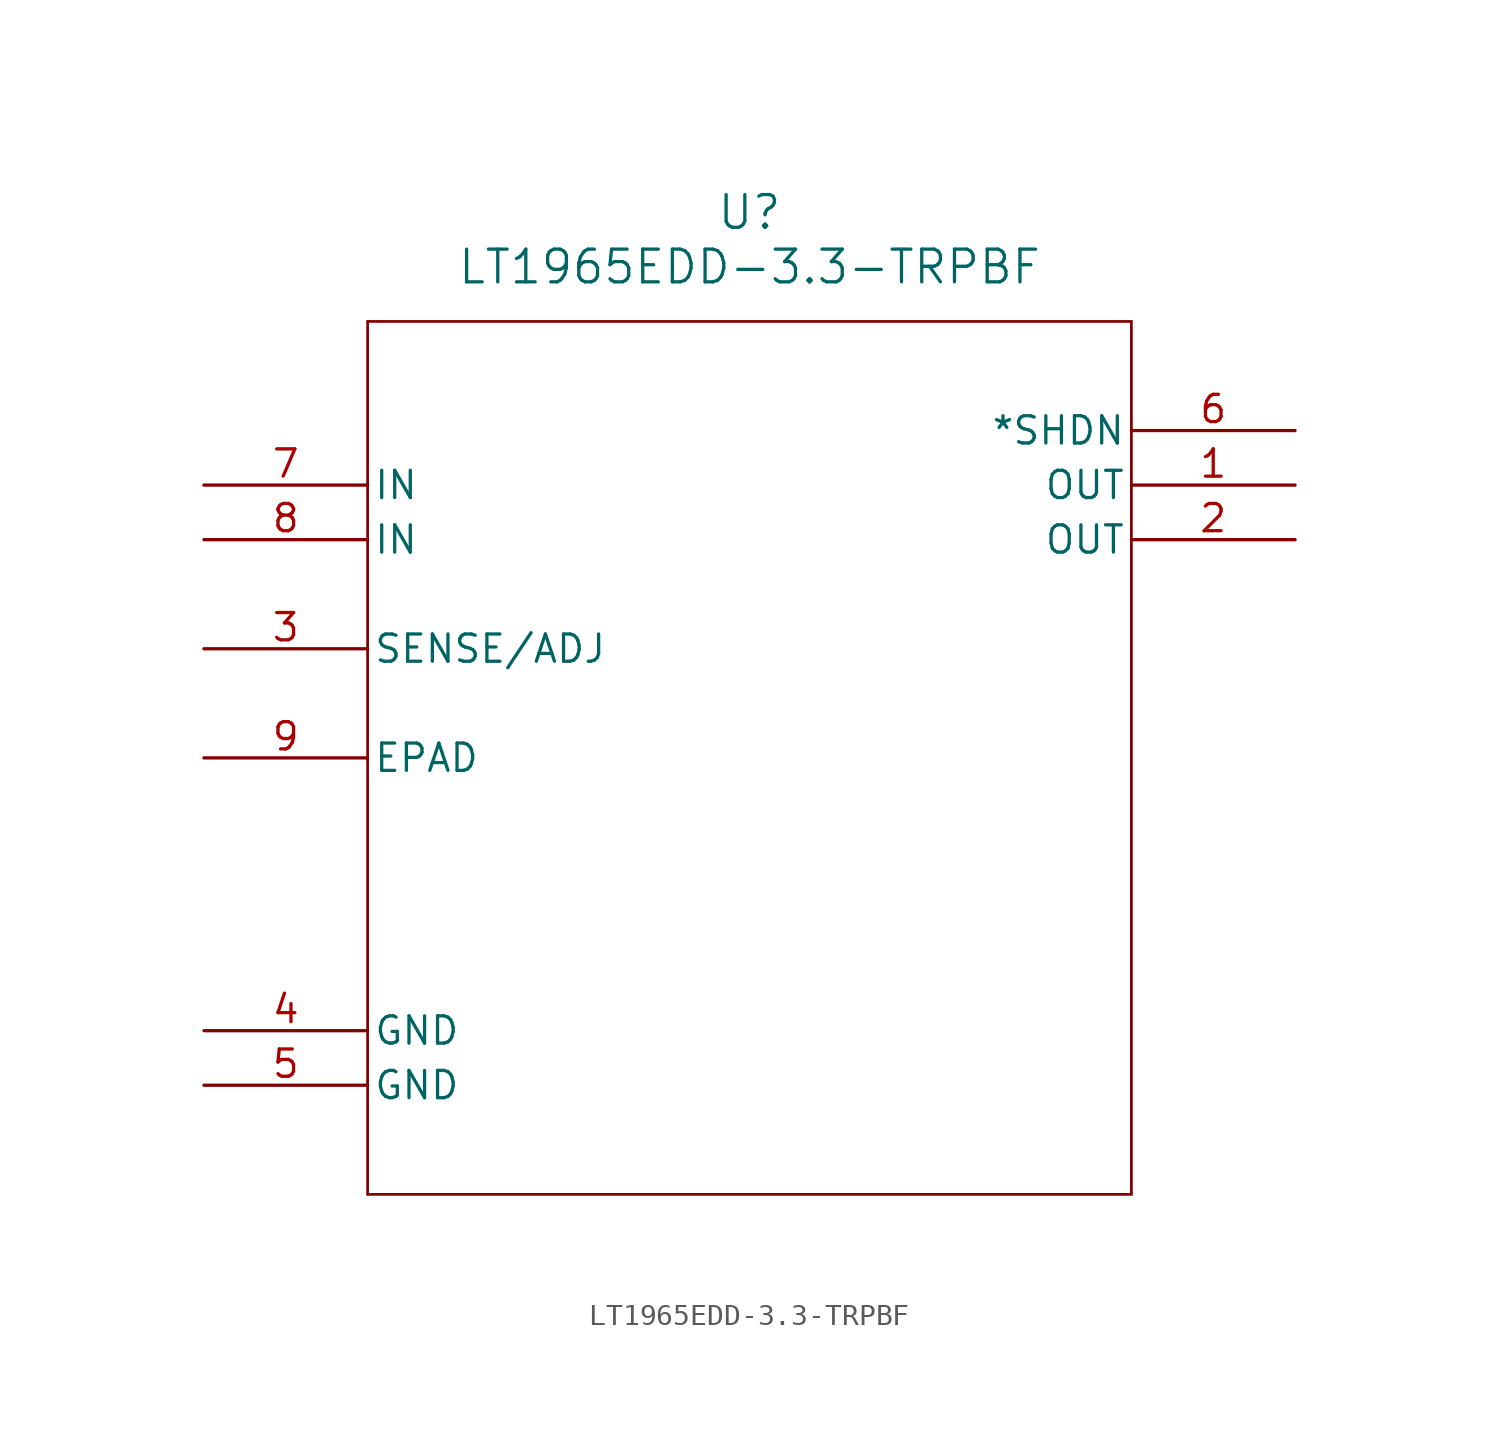
<source format=kicad_sym>
(kicad_symbol_lib
  (version 20211014)
  (generator kicad_symbol_editor)
  (symbol "LT1965EDD-3.3-TRPBF"
    (pin_names
      (offset 0.254))
    (property "Reference" "U"
      (at 25.4 12.7 0)
      (effects (font (size 1.524 1.524))))
    (property "Value" "LT1965EDD-3.3-TRPBF"
      (at 25.4 10.16 0)
      (effects (font (size 1.524 1.524))))
    (symbol "LT1965EDD-3.3-TRPBF_0_1"
      (polyline (pts (xy 7.62 7.62) (xy 7.62 -33.02)) (stroke (width 0.127) (type default) (color 0 0 0 0)) (fill (type none)))
      (polyline (pts (xy 7.62 -33.02) (xy 43.18 -33.02)) (stroke (width 0.127) (type default) (color 0 0 0 0)) (fill (type none)))
      (polyline (pts (xy 43.18 -33.02) (xy 43.18 7.62)) (stroke (width 0.127) (type default) (color 0 0 0 0)) (fill (type none)))
      (polyline (pts (xy 43.18 7.62) (xy 7.62 7.62)) (stroke (width 0.127) (type default) (color 0 0 0 0)) (fill (type none)))
      (pin output line (at 50.8 0 180) (length 7.62) (name "OUT" (effects (font (size 1.27 1.27)))) (number "1" (effects (font (size 1.27 1.27)))))
      (pin output line (at 50.8 -2.54 180) (length 7.62) (name "OUT" (effects (font (size 1.27 1.27)))) (number "2" (effects (font (size 1.27 1.27)))))
      (pin input line (at 0 -7.62 0) (length 7.62) (name "SENSE/ADJ" (effects (font (size 1.27 1.27)))) (number "3" (effects (font (size 1.27 1.27)))))
      (pin power_in line (at 0 -25.4 0) (length 7.62) (name "GND" (effects (font (size 1.27 1.27)))) (number "4" (effects (font (size 1.27 1.27)))))
      (pin power_in line (at 0 -27.94 0) (length 7.62) (name "GND" (effects (font (size 1.27 1.27)))) (number "5" (effects (font (size 1.27 1.27)))))
      (pin output line (at 50.8 2.54 180) (length 7.62) (name "*SHDN" (effects (font (size 1.27 1.27)))) (number "6" (effects (font (size 1.27 1.27)))))
      (pin input line (at 0 0 0) (length 7.62) (name "IN" (effects (font (size 1.27 1.27)))) (number "7" (effects (font (size 1.27 1.27)))))
      (pin input line (at 0 -2.54 0) (length 7.62) (name "IN" (effects (font (size 1.27 1.27)))) (number "8" (effects (font (size 1.27 1.27)))))
      (pin unspecified line (at 0 -12.7 0) (length 7.62) (name "EPAD" (effects (font (size 1.27 1.27)))) (number "9" (effects (font (size 1.27 1.27))))))))
</source>
